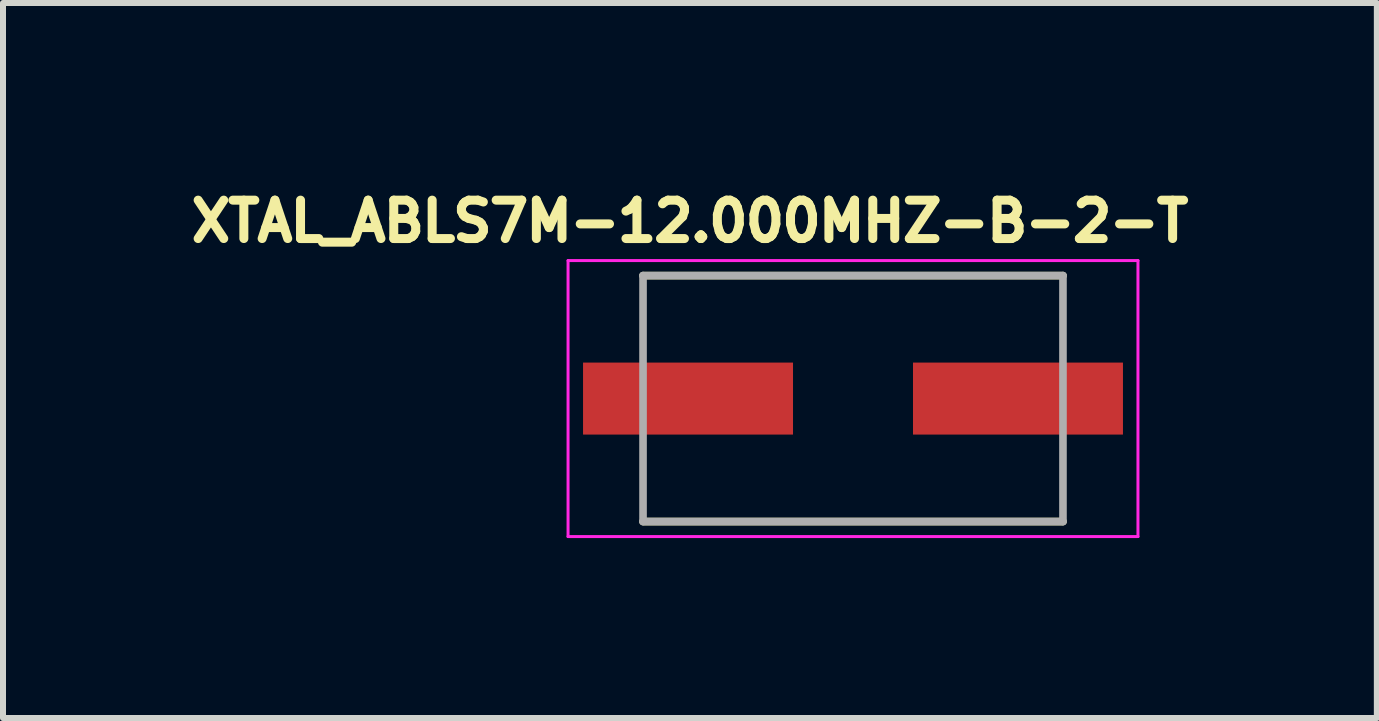
<source format=kicad_pcb>
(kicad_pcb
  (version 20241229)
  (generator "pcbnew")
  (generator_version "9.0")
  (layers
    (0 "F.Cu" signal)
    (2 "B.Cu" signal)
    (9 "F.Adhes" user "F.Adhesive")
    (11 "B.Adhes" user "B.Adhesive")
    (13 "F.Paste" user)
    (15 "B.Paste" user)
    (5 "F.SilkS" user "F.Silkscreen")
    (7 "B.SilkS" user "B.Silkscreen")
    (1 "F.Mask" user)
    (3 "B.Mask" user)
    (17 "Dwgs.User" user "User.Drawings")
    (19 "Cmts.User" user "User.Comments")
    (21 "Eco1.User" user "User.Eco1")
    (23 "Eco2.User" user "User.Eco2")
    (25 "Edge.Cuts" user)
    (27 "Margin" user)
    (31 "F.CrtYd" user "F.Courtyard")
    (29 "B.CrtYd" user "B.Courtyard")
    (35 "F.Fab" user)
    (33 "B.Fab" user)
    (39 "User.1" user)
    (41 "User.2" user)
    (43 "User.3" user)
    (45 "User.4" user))
  (footprint "XTAL_ABLS7M-12.000MHZ-B-2-T"
    (layer "F.Cu")
    (at 11.169 3.594)
    (property "Reference" "XTAL_ABLS7M-12.000MHZ-B-2-T" (at -2.718 -2.956 0) (layer "F.SilkS") (effects (font (size 0.64 0.64) (thickness 0.15))))
    (attr smd)
    (fp_line (start -3.5 -2.05) (end 3.5 -2.05) (stroke (width 0.127) (type solid)) (layer "F.SilkS"))
    (fp_line (start -3.5 2.05) (end 3.5 2.05) (stroke (width 0.127) (type solid)) (layer "F.SilkS"))
    (fp_line (start -4.75 -2.3) (end -4.75 2.3) (stroke (width 0.05) (type solid)) (layer "F.CrtYd"))
    (fp_line (start -4.75 2.3) (end 4.75 2.3) (stroke (width 0.05) (type solid)) (layer "F.CrtYd"))
    (fp_line (start 4.75 -2.3) (end -4.75 -2.3) (stroke (width 0.05) (type solid)) (layer "F.CrtYd"))
    (fp_line (start 4.75 2.3) (end 4.75 -2.3) (stroke (width 0.05) (type solid)) (layer "F.CrtYd"))
    (fp_line (start -3.5 -2.05) (end -3.5 2.05) (stroke (width 0.127) (type solid)) (layer "F.Fab"))
    (fp_line (start -3.5 -2.05) (end 3.5 -2.05) (stroke (width 0.127) (type solid)) (layer "F.Fab"))
    (fp_line (start -3.5 2.05) (end 3.5 2.05) (stroke (width 0.127) (type solid)) (layer "F.Fab"))
    (fp_line (start 3.5 -2.05) (end 3.5 2.05) (stroke (width 0.127) (type solid)) (layer "F.Fab"))
    (pad "1" smd rect (at -2.75 0) (size 3.5 1.2) (layers "F.Cu" "F.Mask" "F.Paste"))
    (pad "2" smd rect (at 2.75 0) (size 3.5 1.2) (layers "F.Cu" "F.Mask" "F.Paste")))
  (gr_rect
    (start -3 -3)
    (end 19.901 8.919)
    (stroke (width 0.1) (type default))
    (fill no)
    (layer "Edge.Cuts")))
</source>
